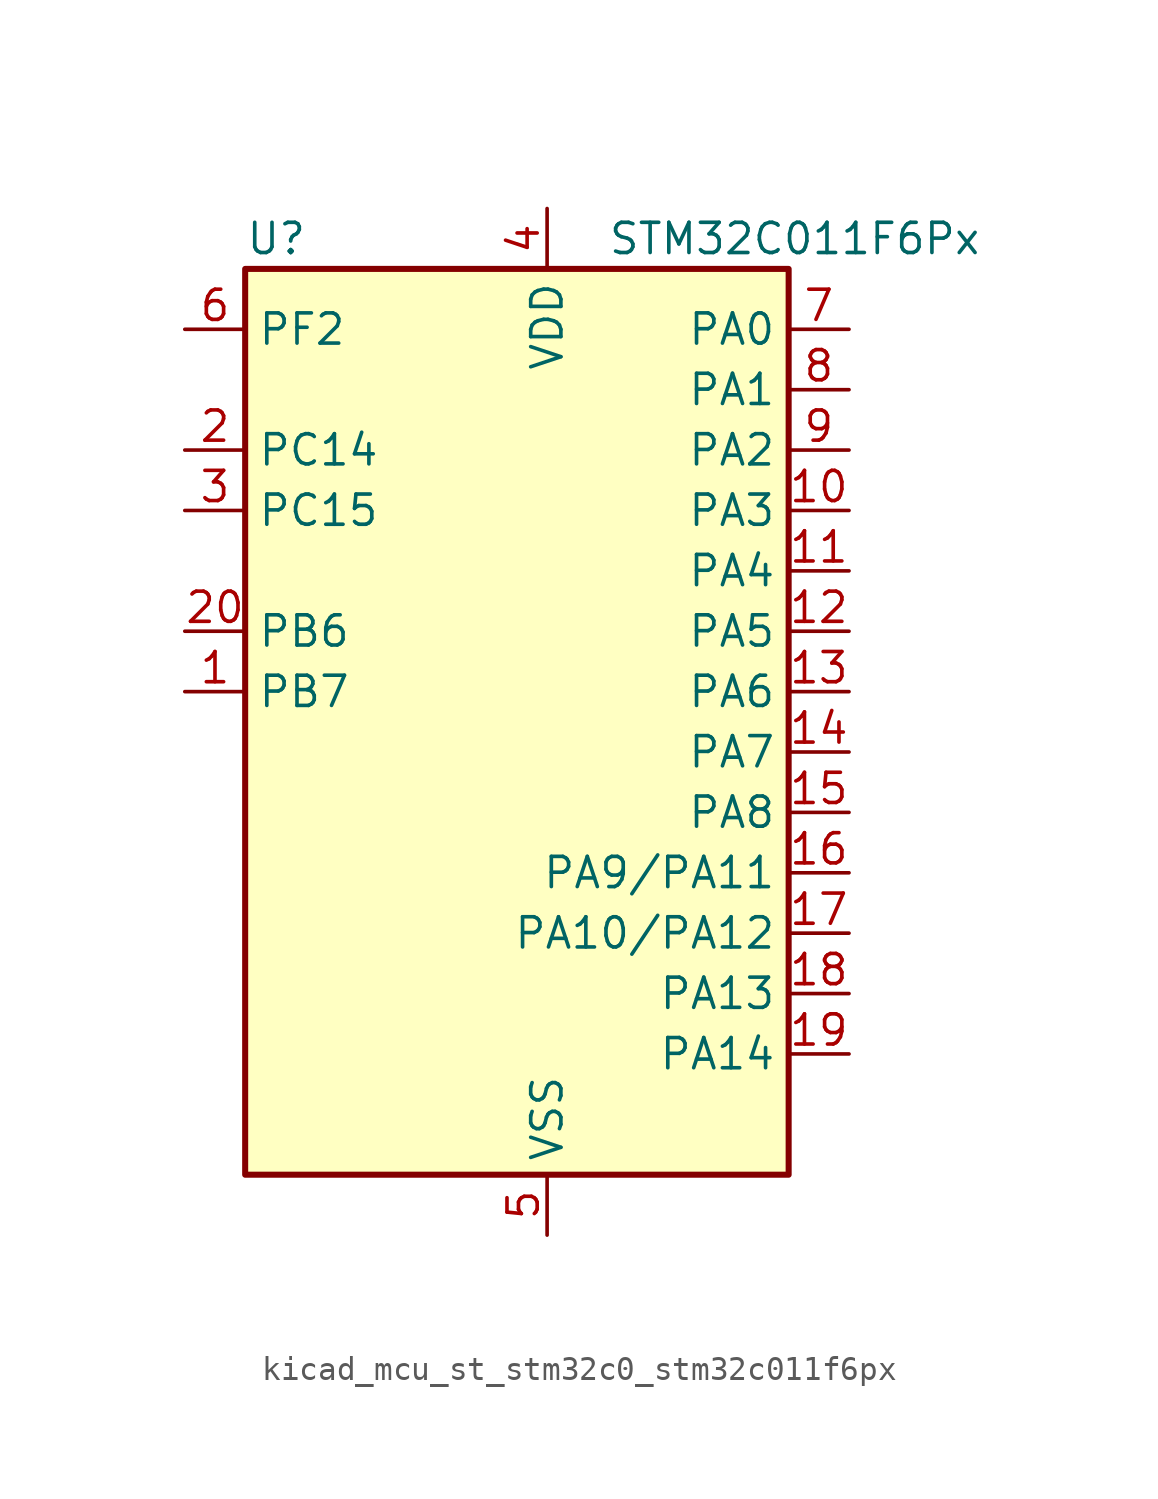
<source format=kicad_sym>
(kicad_symbol_lib
  (version 20220914)
  (generator kicad_symbol_editor)
  (symbol "kicad_mcu_st_stm32c0_stm32c011f6px"
    (property "Reference" "U"
      (at -10.16 21.59 0)
      (effects (font (size 1.27 1.27)) (justify left)))
    (property "Value" "STM32C011F6Px"
      (at 5.08 21.59 0)
      (effects (font (size 1.27 1.27)) (justify left)))
    (property "ki_locked" ""
      (at 0 0 0)
      (effects (font (size 1.27 1.27))))
    (symbol "kicad_mcu_st_stm32c0_stm32c011f6px_0_1"
      (rectangle (start -10.16 -17.78) (end 12.7 20.32) (stroke (width 0.254) (type default)) (fill (type background))))
    (symbol "kicad_mcu_st_stm32c0_stm32c011f6px_1_1"
      (pin bidirectional line (at -12.7 2.54 0) (length 2.54) (name "PB7" (effects (font (size 1.27 1.27)))) (number "1" (effects (font (size 1.27 1.27)))) (alternate "I2C1_SCL" bidirectional line) (alternate "I2C1_SDA" bidirectional line) (alternate "RTC_REFIN" bidirectional line) (alternate "TIM16_CH1" bidirectional line) (alternate "TIM17_CH1N" bidirectional line) (alternate "TIM1_CH4" bidirectional line) (alternate "TIM3_CH1" bidirectional line) (alternate "TIM3_CH4" bidirectional line) (alternate "USART1_RX" bidirectional line) (alternate "USART2_CTS" bidirectional line) (alternate "USART2_NSS" bidirectional line))
      (pin bidirectional line (at 15.24 10.16 180) (length 2.54) (name "PA3" (effects (font (size 1.27 1.27)))) (number "10" (effects (font (size 1.27 1.27)))) (alternate "ADC1_IN3" bidirectional line) (alternate "TIM1_CH1N" bidirectional line) (alternate "TIM1_CH4" bidirectional line) (alternate "USART2_RX" bidirectional line))
      (pin bidirectional line (at 15.24 7.62 180) (length 2.54) (name "PA4" (effects (font (size 1.27 1.27)))) (number "11" (effects (font (size 1.27 1.27)))) (alternate "ADC1_IN4" bidirectional line) (alternate "I2S1_WS" bidirectional line) (alternate "PWR_WKUP2" bidirectional line) (alternate "RTC_OUT1" bidirectional line) (alternate "RTC_TS" bidirectional line) (alternate "SPI1_NSS" bidirectional line) (alternate "TIM14_CH1" bidirectional line) (alternate "TIM17_CH1N" bidirectional line) (alternate "TIM1_CH2N" bidirectional line) (alternate "USART2_TX" bidirectional line))
      (pin bidirectional line (at 15.24 5.08 180) (length 2.54) (name "PA5" (effects (font (size 1.27 1.27)))) (number "12" (effects (font (size 1.27 1.27)))) (alternate "ADC1_IN5" bidirectional line) (alternate "I2S1_CK" bidirectional line) (alternate "SPI1_SCK" bidirectional line) (alternate "TIM1_CH1" bidirectional line) (alternate "TIM1_CH3N" bidirectional line) (alternate "USART2_RX" bidirectional line))
      (pin bidirectional line (at 15.24 2.54 180) (length 2.54) (name "PA6" (effects (font (size 1.27 1.27)))) (number "13" (effects (font (size 1.27 1.27)))) (alternate "ADC1_IN6" bidirectional line) (alternate "I2S1_MCK" bidirectional line) (alternate "SPI1_MISO" bidirectional line) (alternate "TIM16_CH1" bidirectional line) (alternate "TIM1_BKIN" bidirectional line) (alternate "TIM3_CH1" bidirectional line))
      (pin bidirectional line (at 15.24 0 180) (length 2.54) (name "PA7" (effects (font (size 1.27 1.27)))) (number "14" (effects (font (size 1.27 1.27)))) (alternate "ADC1_IN7" bidirectional line) (alternate "I2S1_SD" bidirectional line) (alternate "SPI1_MOSI" bidirectional line) (alternate "TIM14_CH1" bidirectional line) (alternate "TIM17_CH1" bidirectional line) (alternate "TIM1_CH1N" bidirectional line) (alternate "TIM3_CH2" bidirectional line))
      (pin bidirectional line (at 15.24 -2.54 180) (length 2.54) (name "PA8" (effects (font (size 1.27 1.27)))) (number "15" (effects (font (size 1.27 1.27)))) (alternate "ADC1_IN8" bidirectional line) (alternate "I2S1_WS" bidirectional line) (alternate "RCC_MCO" bidirectional line) (alternate "RCC_MCO_2" bidirectional line) (alternate "SPI1_NSS" bidirectional line) (alternate "TIM14_CH1" bidirectional line) (alternate "TIM1_CH1" bidirectional line) (alternate "TIM1_CH2N" bidirectional line) (alternate "TIM1_CH3N" bidirectional line) (alternate "TIM3_CH3" bidirectional line) (alternate "TIM3_CH4" bidirectional line) (alternate "USART1_RX" bidirectional line) (alternate "USART2_TX" bidirectional line))
      (pin bidirectional line (at 15.24 -5.08 180) (length 2.54) (name "PA9/PA11" (effects (font (size 1.27 1.27)))) (number "16" (effects (font (size 1.27 1.27)))) (alternate "I2C1_SCL" bidirectional line) (alternate "RCC_MCO" bidirectional line) (alternate "TIM1_CH2" bidirectional line) (alternate "TIM3_ETR" bidirectional line) (alternate "USART1_TX" bidirectional line))
      (pin bidirectional line (at 15.24 -7.62 180) (length 2.54) (name "PA10/PA12" (effects (font (size 1.27 1.27)))) (number "17" (effects (font (size 1.27 1.27)))) (alternate "I2C1_SDA" bidirectional line) (alternate "RCC_MCO_2" bidirectional line) (alternate "TIM17_BKIN" bidirectional line) (alternate "TIM1_CH3" bidirectional line) (alternate "USART1_RX" bidirectional line))
      (pin bidirectional line (at 15.24 -10.16 180) (length 2.54) (name "PA13" (effects (font (size 1.27 1.27)))) (number "18" (effects (font (size 1.27 1.27)))) (alternate "ADC1_IN13" bidirectional line) (alternate "DEBUG_SWDIO" bidirectional line) (alternate "IR_OUT" bidirectional line) (alternate "TIM3_ETR" bidirectional line) (alternate "USART2_RX" bidirectional line))
      (pin bidirectional line (at 15.24 -12.7 180) (length 2.54) (name "PA14" (effects (font (size 1.27 1.27)))) (number "19" (effects (font (size 1.27 1.27)))) (alternate "ADC1_IN14" bidirectional line) (alternate "DEBUG_SWCLK" bidirectional line) (alternate "I2S1_WS" bidirectional line) (alternate "RCC_MCO_2" bidirectional line) (alternate "SPI1_NSS" bidirectional line) (alternate "TIM1_CH1" bidirectional line) (alternate "USART1_CK" bidirectional line) (alternate "USART1_DE" bidirectional line) (alternate "USART1_RTS" bidirectional line) (alternate "USART2_RX" bidirectional line) (alternate "USART2_TX" bidirectional line))
      (pin bidirectional line (at -12.7 12.7 0) (length 2.54) (name "PC14" (effects (font (size 1.27 1.27)))) (number "2" (effects (font (size 1.27 1.27)))) (alternate "I2C1_SDA" bidirectional line) (alternate "IR_OUT" bidirectional line) (alternate "RCC_OSCX_IN" bidirectional line) (alternate "TIM17_CH1" bidirectional line) (alternate "TIM1_BKIN2" bidirectional line) (alternate "TIM1_ETR" bidirectional line) (alternate "TIM3_CH2" bidirectional line) (alternate "USART1_TX" bidirectional line) (alternate "USART2_CK" bidirectional line) (alternate "USART2_DE" bidirectional line) (alternate "USART2_RTS" bidirectional line))
      (pin bidirectional line (at -12.7 5.08 0) (length 2.54) (name "PB6" (effects (font (size 1.27 1.27)))) (number "20" (effects (font (size 1.27 1.27)))) (alternate "I2C1_SCL" bidirectional line) (alternate "I2C1_SMBA" bidirectional line) (alternate "I2S1_CK" bidirectional line) (alternate "I2S1_MCK" bidirectional line) (alternate "I2S1_SD" bidirectional line) (alternate "PWR_WKUP3" bidirectional line) (alternate "SPI1_MISO" bidirectional line) (alternate "SPI1_MOSI" bidirectional line) (alternate "SPI1_SCK" bidirectional line) (alternate "TIM16_BKIN" bidirectional line) (alternate "TIM16_CH1N" bidirectional line) (alternate "TIM17_BKIN" bidirectional line) (alternate "TIM1_CH2" bidirectional line) (alternate "TIM1_CH3" bidirectional line) (alternate "TIM3_CH1" bidirectional line) (alternate "TIM3_CH2" bidirectional line) (alternate "TIM3_CH3" bidirectional line) (alternate "USART1_CK" bidirectional line) (alternate "USART1_CTS" bidirectional line) (alternate "USART1_DE" bidirectional line) (alternate "USART1_NSS" bidirectional line) (alternate "USART1_RTS" bidirectional line) (alternate "USART1_TX" bidirectional line))
      (pin bidirectional line (at -12.7 10.16 0) (length 2.54) (name "PC15" (effects (font (size 1.27 1.27)))) (number "3" (effects (font (size 1.27 1.27)))) (alternate "RCC_OSC32_EN" bidirectional line) (alternate "RCC_OSCX_OUT" bidirectional line) (alternate "RCC_OSC_EN" bidirectional line) (alternate "TIM1_ETR" bidirectional line) (alternate "TIM3_CH3" bidirectional line))
      (pin power_in line (at 2.54 22.86 270) (length 2.54) (name "VDD" (effects (font (size 1.27 1.27)))) (number "4" (effects (font (size 1.27 1.27)))))
      (pin power_in line (at 2.54 -20.32 90) (length 2.54) (name "VSS" (effects (font (size 1.27 1.27)))) (number "5" (effects (font (size 1.27 1.27)))))
      (pin bidirectional line (at -12.7 17.78 0) (length 2.54) (name "PF2" (effects (font (size 1.27 1.27)))) (number "6" (effects (font (size 1.27 1.27)))) (alternate "RCC_MCO" bidirectional line) (alternate "TIM1_CH4" bidirectional line))
      (pin bidirectional line (at 15.24 17.78 180) (length 2.54) (name "PA0" (effects (font (size 1.27 1.27)))) (number "7" (effects (font (size 1.27 1.27)))) (alternate "ADC1_IN0" bidirectional line) (alternate "PWR_WKUP1" bidirectional line) (alternate "TIM16_CH1" bidirectional line) (alternate "TIM1_CH1" bidirectional line) (alternate "USART1_TX" bidirectional line) (alternate "USART2_CTS" bidirectional line) (alternate "USART2_NSS" bidirectional line))
      (pin bidirectional line (at 15.24 15.24 180) (length 2.54) (name "PA1" (effects (font (size 1.27 1.27)))) (number "8" (effects (font (size 1.27 1.27)))) (alternate "ADC1_IN1" bidirectional line) (alternate "I2C1_SMBA" bidirectional line) (alternate "I2S1_CK" bidirectional line) (alternate "SPI1_SCK" bidirectional line) (alternate "TIM17_CH1" bidirectional line) (alternate "TIM1_CH2" bidirectional line) (alternate "USART1_RX" bidirectional line) (alternate "USART2_CK" bidirectional line) (alternate "USART2_DE" bidirectional line) (alternate "USART2_RTS" bidirectional line))
      (pin bidirectional line (at 15.24 12.7 180) (length 2.54) (name "PA2" (effects (font (size 1.27 1.27)))) (number "9" (effects (font (size 1.27 1.27)))) (alternate "ADC1_IN2" bidirectional line) (alternate "I2S1_SD" bidirectional line) (alternate "PWR_WKUP4" bidirectional line) (alternate "RCC_LSCO" bidirectional line) (alternate "SPI1_MOSI" bidirectional line) (alternate "TIM16_CH1N" bidirectional line) (alternate "TIM1_CH3" bidirectional line) (alternate "TIM3_ETR" bidirectional line) (alternate "USART2_TX" bidirectional line)))))
</source>
